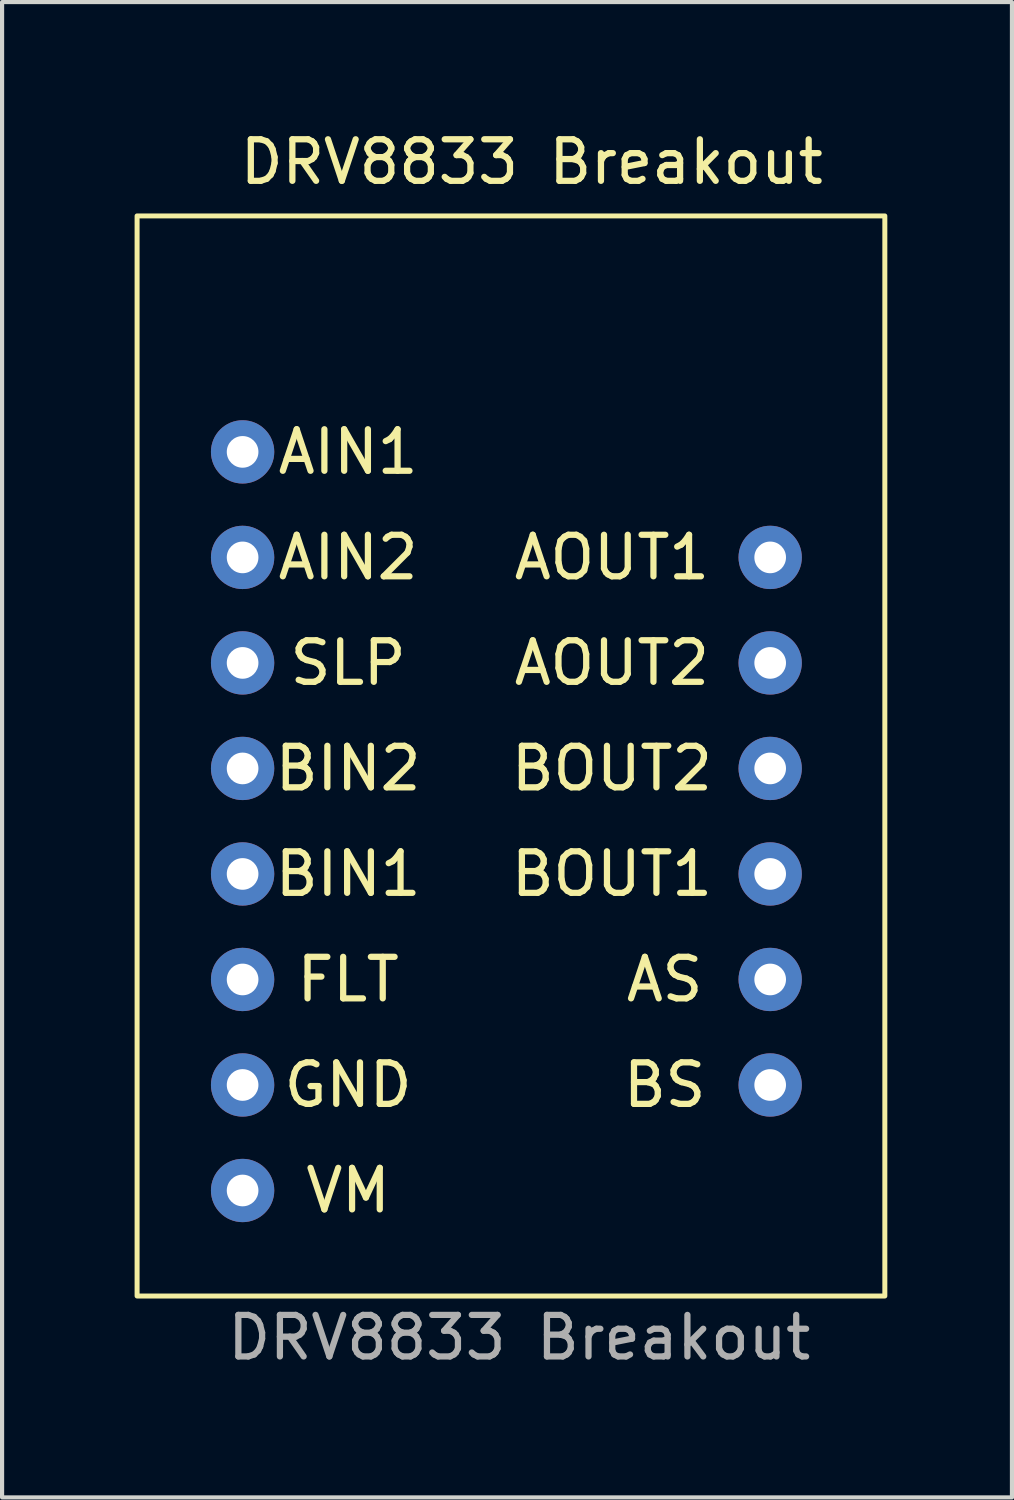
<source format=kicad_pcb>
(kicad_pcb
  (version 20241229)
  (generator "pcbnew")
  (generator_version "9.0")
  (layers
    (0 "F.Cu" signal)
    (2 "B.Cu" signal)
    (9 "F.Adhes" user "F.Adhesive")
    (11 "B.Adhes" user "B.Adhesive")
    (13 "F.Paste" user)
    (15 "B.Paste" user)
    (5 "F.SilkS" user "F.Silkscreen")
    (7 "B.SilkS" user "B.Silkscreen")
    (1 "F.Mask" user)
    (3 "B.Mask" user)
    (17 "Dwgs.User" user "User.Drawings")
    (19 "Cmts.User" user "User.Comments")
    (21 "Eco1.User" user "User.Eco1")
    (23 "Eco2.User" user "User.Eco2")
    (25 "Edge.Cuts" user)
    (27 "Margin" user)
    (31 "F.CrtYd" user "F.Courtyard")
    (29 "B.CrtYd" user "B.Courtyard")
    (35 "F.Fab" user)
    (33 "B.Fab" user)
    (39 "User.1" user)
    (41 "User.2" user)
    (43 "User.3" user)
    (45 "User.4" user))
  (footprint "DRV8833 Breakout"
    (layer "F.Cu")
    (at 0.25 28.148)
    (property "Reference" "DRV8833 Breakout" (at 9.5 -27.3 0) (unlocked yes) (layer "F.SilkS") (effects (font (size 1 1) (thickness 0.15))))
    (attr through_hole)
    (fp_rect (start 0 0) (end 18 -26) (stroke (width 0.12) (type solid)) (fill no) (layer "F.SilkS"))
    (fp_text user "AOUT2" (at 11.43 -15.24 0) (unlocked yes) (layer "F.SilkS") (effects (font (size 1 1) (thickness 0.15))))
    (fp_text user "AS" (at 12.7 -7.62 0) (unlocked yes) (layer "F.SilkS") (effects (font (size 1 1) (thickness 0.15))))
    (fp_text user "FLT" (at 5.08 -7.62 0) (unlocked yes) (layer "F.SilkS") (effects (font (size 1 1) (thickness 0.15))))
    (fp_text user "AOUT1" (at 11.43 -17.78 0) (unlocked yes) (layer "F.SilkS") (effects (font (size 1 1) (thickness 0.15))))
    (fp_text user "BIN1" (at 5.08 -10.16 0) (unlocked yes) (layer "F.SilkS") (effects (font (size 1 1) (thickness 0.15))))
    (fp_text user "BIN2" (at 5.08 -12.7 0) (unlocked yes) (layer "F.SilkS") (effects (font (size 1 1) (thickness 0.15))))
    (fp_text user "SLP" (at 5.08 -15.24 0) (unlocked yes) (layer "F.SilkS") (effects (font (size 1 1) (thickness 0.15))))
    (fp_text user "BOUT2" (at 11.43 -12.7 0) (unlocked yes) (layer "F.SilkS") (effects (font (size 1 1) (thickness 0.15))))
    (fp_text user "BOUT1" (at 11.43 -10.16 0) (unlocked yes) (layer "F.SilkS") (effects (font (size 1 1) (thickness 0.15))))
    (fp_text user "BS" (at 12.7 -5.08 0) (unlocked yes) (layer "F.SilkS") (effects (font (size 1 1) (thickness 0.15))))
    (fp_text user "GND" (at 5.08 -5.08 0) (unlocked yes) (layer "F.SilkS") (effects (font (size 1 1) (thickness 0.15))))
    (fp_text user "AIN2" (at 5.08 -17.78 0) (unlocked yes) (layer "F.SilkS") (effects (font (size 1 1) (thickness 0.15))))
    (fp_text user "VM" (at 5.08 -2.54 0) (unlocked yes) (layer "F.SilkS") (effects (font (size 1 1) (thickness 0.15))))
    (fp_text user "AIN1" (at 5.08 -20.32 0) (unlocked yes) (layer "F.SilkS") (effects (font (size 1 1) (thickness 0.15))))
    (fp_text user "${REFERENCE}" (at 9.2 1 0) (unlocked yes) (layer "F.Fab") (effects (font (size 1 1) (thickness 0.15))))
    (pad "1" thru_hole circle (at 2.54 -2.54) (size 1.524 1.524) (drill 0.762) (layers "*.Cu" "*.Mask"))
    (pad "2" thru_hole circle (at 2.54 -5.08) (size 1.524 1.524) (drill 0.762) (layers "*.Cu" "*.Mask"))
    (pad "3" thru_hole circle (at 2.54 -7.62) (size 1.524 1.524) (drill 0.762) (layers "*.Cu" "*.Mask"))
    (pad "4" thru_hole circle (at 2.54 -10.16) (size 1.524 1.524) (drill 0.762) (layers "*.Cu" "*.Mask"))
    (pad "5" thru_hole circle (at 2.54 -12.7) (size 1.524 1.524) (drill 0.762) (layers "*.Cu" "*.Mask"))
    (pad "6" thru_hole circle (at 2.54 -15.24) (size 1.524 1.524) (drill 0.762) (layers "*.Cu" "*.Mask"))
    (pad "7" thru_hole circle (at 2.54 -17.78) (size 1.524 1.524) (drill 0.762) (layers "*.Cu" "*.Mask"))
    (pad "8" thru_hole circle (at 2.54 -20.32) (size 1.524 1.524) (drill 0.762) (layers "*.Cu" "*.Mask"))
    (pad "9" thru_hole circle (at 15.24 -5.08) (size 1.524 1.524) (drill 0.762) (layers "*.Cu" "*.Mask"))
    (pad "10" thru_hole circle (at 15.24 -7.62) (size 1.524 1.524) (drill 0.762) (layers "*.Cu" "*.Mask"))
    (pad "11" thru_hole circle (at 15.24 -10.16) (size 1.524 1.524) (drill 0.762) (layers "*.Cu" "*.Mask"))
    (pad "12" thru_hole circle (at 15.24 -12.7) (size 1.524 1.524) (drill 0.762) (layers "*.Cu" "*.Mask"))
    (pad "13" thru_hole circle (at 15.24 -15.24) (size 1.524 1.524) (drill 0.762) (layers "*.Cu" "*.Mask"))
    (pad "14" thru_hole circle (at 15.24 -17.78) (size 1.524 1.524) (drill 0.762) (layers "*.Cu" "*.Mask")))
  (gr_rect
    (start -3 -3)
    (end 21.31 32.996)
    (stroke (width 0.1) (type default))
    (fill no)
    (layer "Edge.Cuts")))
</source>
